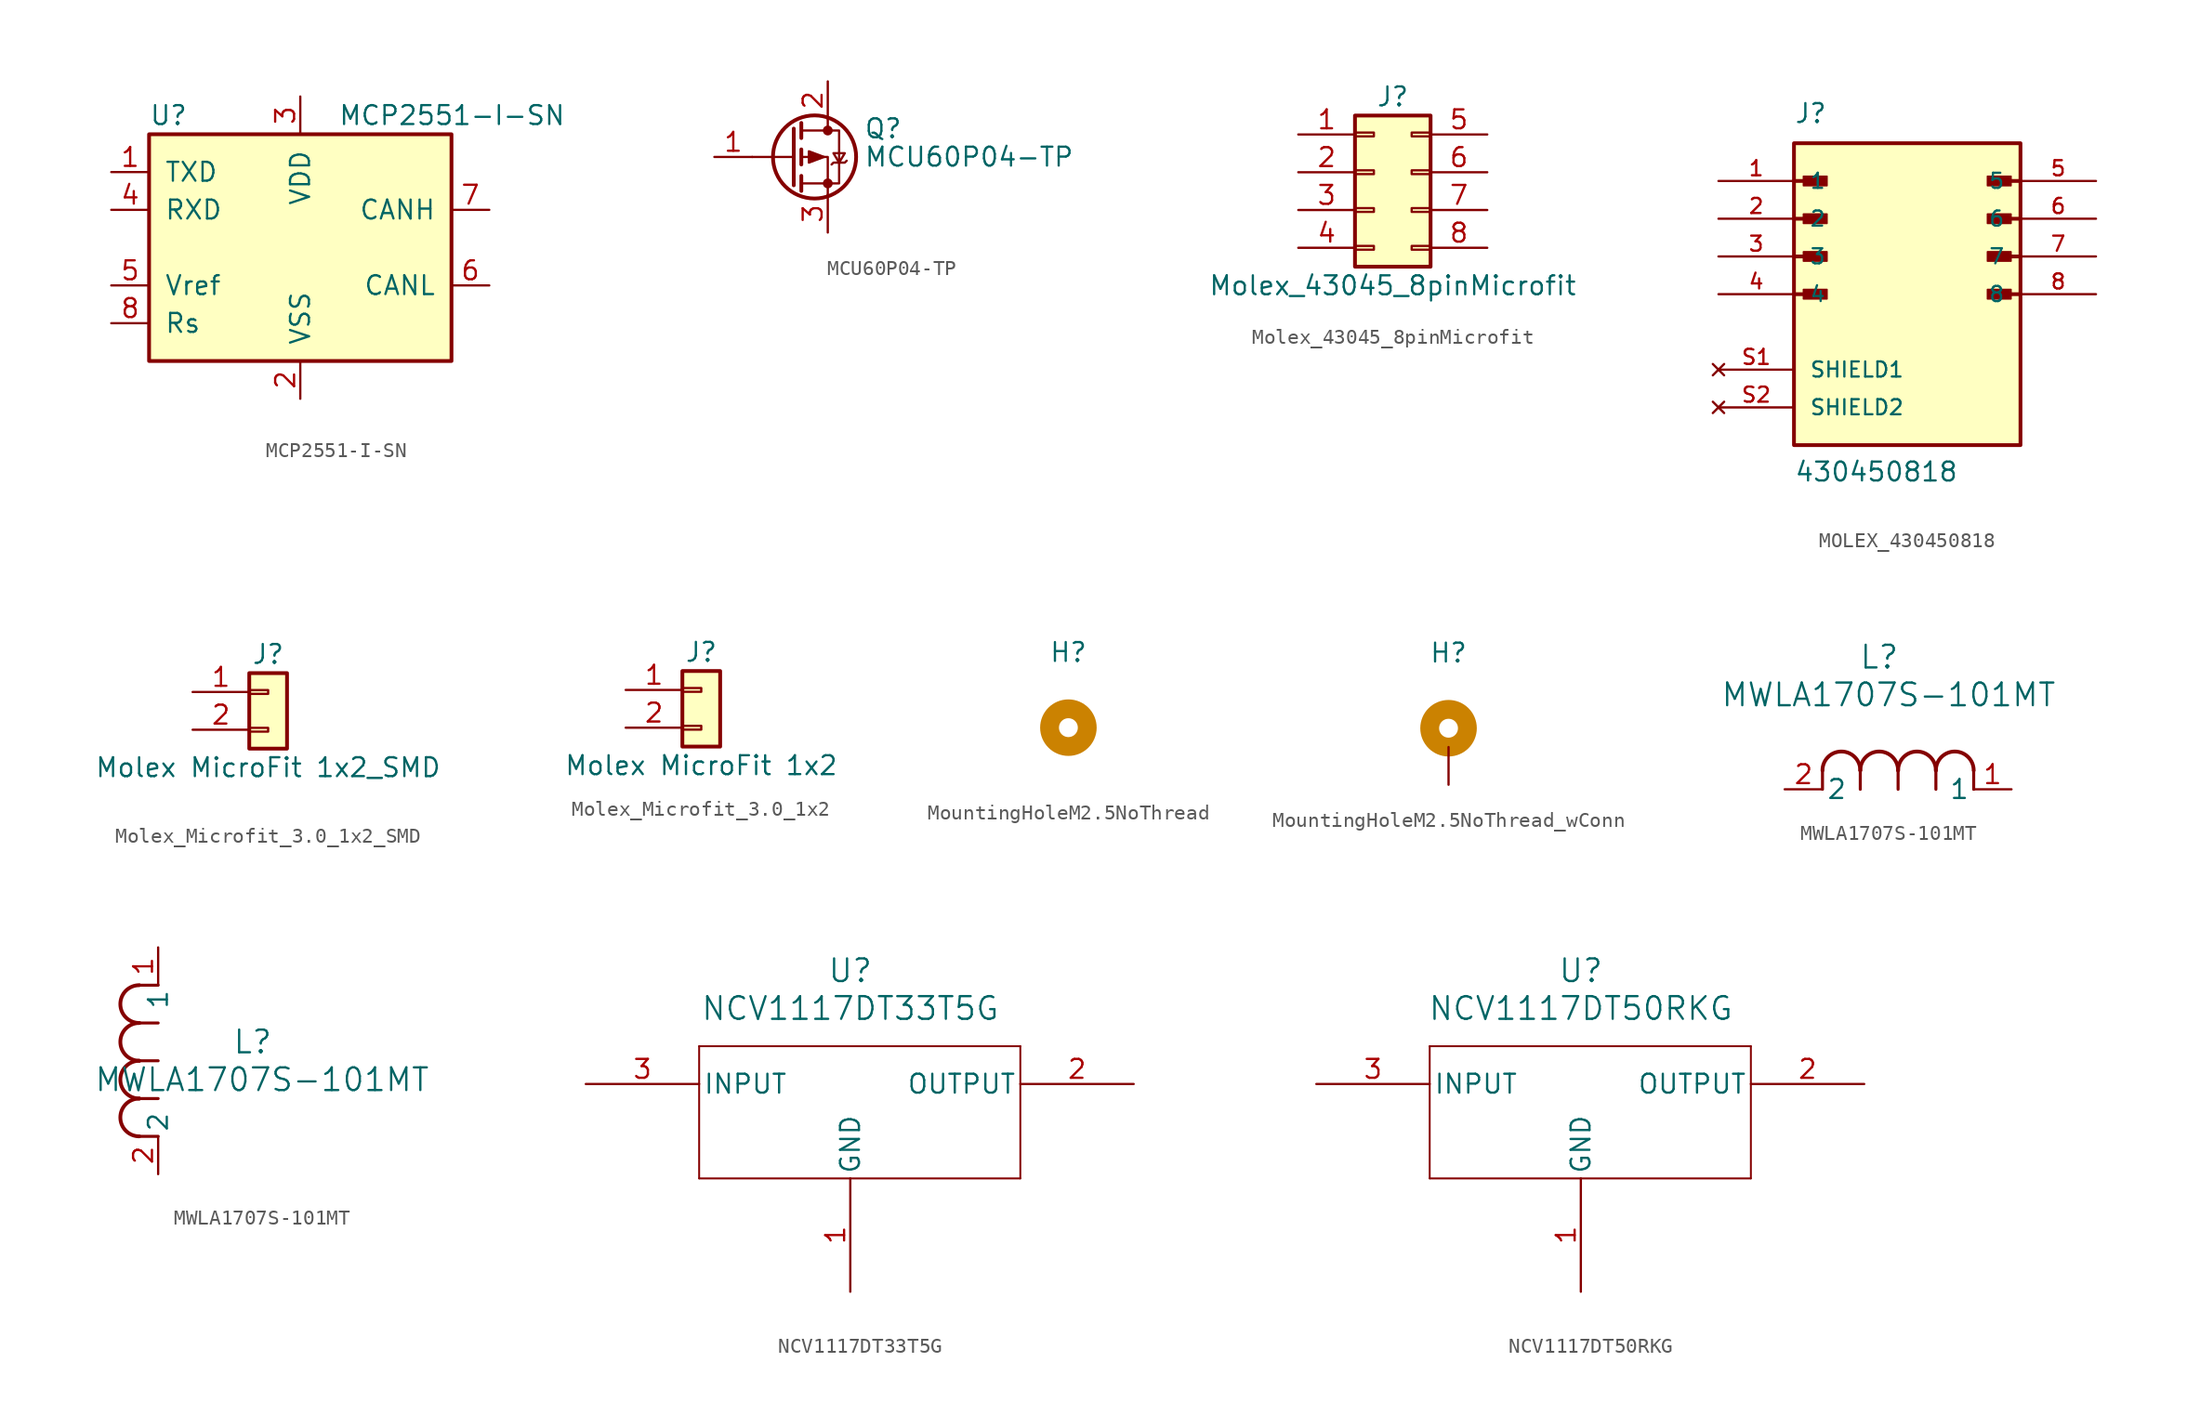
<source format=kicad_sym>
(kicad_symbol_lib
  (version 20241209)
  (generator "kicad_symbol_editor")
  (generator_version "9.0")
  (symbol "MCP2551-I-SN"
    (pin_names
      (offset 1.016))
    (property "Reference" "U"
      (at -10.16 8.89 0)
      (effects (font (size 1.27 1.27)) (justify left)))
    (property "Value" "MCP2551-I-SN"
      (at 2.54 8.89 0)
      (effects (font (size 1.27 1.27)) (justify left)))
    (symbol "MCP2551-I-SN_0_1"
      (rectangle (start -10.16 7.62) (end 10.16 -7.62) (stroke (width 0.254) (type default)) (fill (type background))))
    (symbol "MCP2551-I-SN_1_1"
      (pin input line (at -12.7 5.08 0) (length 2.54) (name "TXD" (effects (font (size 1.27 1.27)))) (number "1" (effects (font (size 1.27 1.27)))))
      (pin output line (at -12.7 2.54 0) (length 2.54) (name "RXD" (effects (font (size 1.27 1.27)))) (number "4" (effects (font (size 1.27 1.27)))))
      (pin power_out line (at -12.7 -2.54 0) (length 2.54) (name "Vref" (effects (font (size 1.27 1.27)))) (number "5" (effects (font (size 1.27 1.27)))))
      (pin input line (at -12.7 -5.08 0) (length 2.54) (name "Rs" (effects (font (size 1.27 1.27)))) (number "8" (effects (font (size 1.27 1.27)))))
      (pin power_in line (at 0 10.16 270) (length 2.54) (name "VDD" (effects (font (size 1.27 1.27)))) (number "3" (effects (font (size 1.27 1.27)))))
      (pin power_in line (at 0 -10.16 90) (length 2.54) (name "VSS" (effects (font (size 1.27 1.27)))) (number "2" (effects (font (size 1.27 1.27)))))
      (pin bidirectional line (at 12.7 2.54 180) (length 2.54) (name "CANH" (effects (font (size 1.27 1.27)))) (number "7" (effects (font (size 1.27 1.27)))))
      (pin bidirectional line (at 12.7 -2.54 180) (length 2.54) (name "CANL" (effects (font (size 1.27 1.27)))) (number "6" (effects (font (size 1.27 1.27)))))))
  (symbol "MCU60P04-TP"
    (pin_names
      (hide yes))
    (property "Reference" "Q"
      (at 4.953 1.905 0)
      (effects (font (size 1.27 1.27)) (justify left)))
    (property "Value" "MCU60P04-TP"
      (at 4.953 0 0)
      (effects (font (size 1.27 1.27)) (justify left)))
    (symbol "MCU60P04-TP_0_1"
      (polyline (pts (xy 0.254 1.905) (xy 0.254 -1.905)) (stroke (width 0.254) (type default)) (fill (type none)))
      (polyline (pts (xy 0.254 0) (xy -2.54 0)) (stroke (width 0) (type default)) (fill (type none)))
      (polyline (pts (xy 0.762 2.286) (xy 0.762 1.27)) (stroke (width 0.254) (type default)) (fill (type none)))
      (polyline (pts (xy 0.762 1.778) (xy 3.302 1.778) (xy 3.302 -1.778) (xy 0.762 -1.778)) (stroke (width 0) (type default)) (fill (type none)))
      (polyline (pts (xy 0.762 0.508) (xy 0.762 -0.508)) (stroke (width 0.254) (type default)) (fill (type none)))
      (polyline (pts (xy 0.762 -1.27) (xy 0.762 -2.286)) (stroke (width 0.254) (type default)) (fill (type none)))
      (circle (center 1.651 0) (radius 2.794) (stroke (width 0.254) (type default)) (fill (type none)))
      (polyline (pts (xy 2.286 0) (xy 1.27 0.381) (xy 1.27 -0.381) (xy 2.286 0)) (stroke (width 0) (type default)) (fill (type outline)))
      (polyline (pts (xy 2.54 2.54) (xy 2.54 1.778)) (stroke (width 0) (type default)) (fill (type none)))
      (circle (center 2.54 1.778) (radius 0.254) (stroke (width 0) (type default)) (fill (type outline)))
      (circle (center 2.54 -1.778) (radius 0.254) (stroke (width 0) (type default)) (fill (type outline)))
      (polyline (pts (xy 2.54 -2.54) (xy 2.54 0) (xy 0.762 0)) (stroke (width 0) (type default)) (fill (type none)))
      (polyline (pts (xy 2.794 -0.508) (xy 2.921 -0.381) (xy 3.683 -0.381) (xy 3.81 -0.254)) (stroke (width 0) (type default)) (fill (type none)))
      (polyline (pts (xy 3.302 -0.381) (xy 2.921 0.254) (xy 3.683 0.254) (xy 3.302 -0.381)) (stroke (width 0) (type default)) (fill (type none))))
    (symbol "MCU60P04-TP_1_1"
      (pin input line (at -5.08 0 0) (length 2.54) (name "G" (effects (font (size 1.27 1.27)))) (number "1" (effects (font (size 1.27 1.27)))))
      (pin passive line (at 2.54 5.08 270) (length 2.54) (name "D" (effects (font (size 1.27 1.27)))) (number "2" (effects (font (size 1.27 1.27)))))
      (pin passive line (at 2.54 -5.08 90) (length 2.54) (name "S" (effects (font (size 1.27 1.27)))) (number "3" (effects (font (size 1.27 1.27)))))))
  (symbol "Molex_43045_8pinMicrofit"
    (pin_names
      (offset 1.016)
      (hide yes))
    (property "Reference" "J"
      (at 1.27 5.08 0)
      (effects (font (size 1.27 1.27))))
    (property "Value" "Molex_43045_8pinMicrofit"
      (at 1.27 -7.62 0)
      (effects (font (size 1.27 1.27))))
    (symbol "Molex_43045_8pinMicrofit_1_1"
      (rectangle (start -1.27 3.81) (end 3.81 -6.35) (stroke (width 0.254) (type default)) (fill (type background)))
      (rectangle (start -1.27 2.667) (end 0 2.413) (stroke (width 0.152) (type default)) (fill (type none)))
      (rectangle (start -1.27 0.127) (end 0 -0.127) (stroke (width 0.152) (type default)) (fill (type none)))
      (rectangle (start -1.27 -2.413) (end 0 -2.667) (stroke (width 0.152) (type default)) (fill (type none)))
      (rectangle (start -1.27 -4.953) (end 0 -5.207) (stroke (width 0.152) (type default)) (fill (type none)))
      (rectangle (start 3.81 2.667) (end 2.54 2.413) (stroke (width 0.152) (type default)) (fill (type none)))
      (rectangle (start 3.81 0.127) (end 2.54 -0.127) (stroke (width 0.152) (type default)) (fill (type none)))
      (rectangle (start 3.81 -2.413) (end 2.54 -2.667) (stroke (width 0.152) (type default)) (fill (type none)))
      (rectangle (start 3.81 -4.953) (end 2.54 -5.207) (stroke (width 0.152) (type default)) (fill (type none)))
      (pin passive line (at -5.08 2.54 0) (length 3.81) (name "Pin_1" (effects (font (size 1.27 1.27)))) (number "1" (effects (font (size 1.27 1.27)))))
      (pin passive line (at -5.08 0 0) (length 3.81) (name "Pin_2" (effects (font (size 1.27 1.27)))) (number "2" (effects (font (size 1.27 1.27)))))
      (pin passive line (at -5.08 -2.54 0) (length 3.81) (name "Pin_3" (effects (font (size 1.27 1.27)))) (number "3" (effects (font (size 1.27 1.27)))))
      (pin passive line (at -5.08 -5.08 0) (length 3.81) (name "Pin_4" (effects (font (size 1.27 1.27)))) (number "4" (effects (font (size 1.27 1.27)))))
      (pin passive line (at 7.62 2.54 180) (length 3.81) (name "Pin_5" (effects (font (size 1.27 1.27)))) (number "5" (effects (font (size 1.27 1.27)))))
      (pin passive line (at 7.62 0 180) (length 3.81) (name "Pin_6" (effects (font (size 1.27 1.27)))) (number "6" (effects (font (size 1.27 1.27)))))
      (pin passive line (at 7.62 -2.54 180) (length 3.81) (name "Pin_7" (effects (font (size 1.27 1.27)))) (number "7" (effects (font (size 1.27 1.27)))))
      (pin passive line (at 7.62 -5.08 180) (length 3.81) (name "Pin_8" (effects (font (size 1.27 1.27)))) (number "8" (effects (font (size 1.27 1.27)))))))
  (symbol "MOLEX_430450818"
    (pin_names
      (offset 1.016))
    (property "Reference" "J"
      (at -7.62 11.43 0)
      (effects (font (size 1.27 1.27)) (justify left bottom)))
    (property "Value" "430450818"
      (at -7.62 -12.7 0)
      (effects (font (size 1.27 1.27)) (justify left bottom)))
    (symbol "MOLEX_430450818_0_0"
      (polyline (pts (xy -7.62 7.62) (xy -5.715 7.62)) (stroke (width 0.254) (type default)) (fill (type none)))
      (polyline (pts (xy -7.62 5.08) (xy -5.715 5.08)) (stroke (width 0.254) (type default)) (fill (type none)))
      (polyline (pts (xy -7.62 2.54) (xy -5.715 2.54)) (stroke (width 0.254) (type default)) (fill (type none)))
      (polyline (pts (xy -7.62 0) (xy -5.715 0)) (stroke (width 0.254) (type default)) (fill (type none)))
      (rectangle (start -7.62 -10.16) (end 7.62 10.16) (stroke (width 0.254) (type default)) (fill (type background)))
      (rectangle (start -6.985 7.303) (end -5.397 7.938) (stroke (width 0.1) (type default)) (fill (type outline)))
      (rectangle (start -6.985 4.763) (end -5.397 5.397) (stroke (width 0.1) (type default)) (fill (type outline)))
      (rectangle (start -6.985 2.223) (end -5.397 2.857) (stroke (width 0.1) (type default)) (fill (type outline)))
      (rectangle (start -6.985 -0.318) (end -5.397 0.318) (stroke (width 0.1) (type default)) (fill (type outline)))
      (rectangle (start 5.397 7.303) (end 6.985 7.938) (stroke (width 0.1) (type default)) (fill (type outline)))
      (rectangle (start 5.397 4.763) (end 6.985 5.397) (stroke (width 0.1) (type default)) (fill (type outline)))
      (rectangle (start 5.397 2.223) (end 6.985 2.857) (stroke (width 0.1) (type default)) (fill (type outline)))
      (rectangle (start 5.397 -0.318) (end 6.985 0.318) (stroke (width 0.1) (type default)) (fill (type outline)))
      (polyline (pts (xy 7.62 7.62) (xy 5.715 7.62)) (stroke (width 0.254) (type default)) (fill (type none)))
      (polyline (pts (xy 7.62 5.08) (xy 5.715 5.08)) (stroke (width 0.254) (type default)) (fill (type none)))
      (polyline (pts (xy 7.62 2.54) (xy 5.715 2.54)) (stroke (width 0.254) (type default)) (fill (type none)))
      (polyline (pts (xy 7.62 0) (xy 5.715 0)) (stroke (width 0.254) (type default)) (fill (type none)))
      (pin passive line (at -12.7 7.62 0) (length 5.08) (name "1" (effects (font (size 1.016 1.016)))) (number "1" (effects (font (size 1.016 1.016)))))
      (pin passive line (at -12.7 5.08 0) (length 5.08) (name "2" (effects (font (size 1.016 1.016)))) (number "2" (effects (font (size 1.016 1.016)))))
      (pin passive line (at -12.7 2.54 0) (length 5.08) (name "3" (effects (font (size 1.016 1.016)))) (number "3" (effects (font (size 1.016 1.016)))))
      (pin passive line (at -12.7 0 0) (length 5.08) (name "4" (effects (font (size 1.016 1.016)))) (number "4" (effects (font (size 1.016 1.016)))))
      (pin passive line (at 12.7 7.62 180) (length 5.08) (name "5" (effects (font (size 1.016 1.016)))) (number "5" (effects (font (size 1.016 1.016)))))
      (pin passive line (at 12.7 5.08 180) (length 5.08) (name "6" (effects (font (size 1.016 1.016)))) (number "6" (effects (font (size 1.016 1.016)))))
      (pin passive line (at 12.7 2.54 180) (length 5.08) (name "7" (effects (font (size 1.016 1.016)))) (number "7" (effects (font (size 1.016 1.016)))))
      (pin passive line (at 12.7 0 180) (length 5.08) (name "8" (effects (font (size 1.016 1.016)))) (number "8" (effects (font (size 1.016 1.016))))))
    (symbol "MOLEX_430450818_1_0"
      (pin no_connect line (at -12.7 -5.08 0) (length 5.08) (name "SHIELD1" (effects (font (size 1.016 1.016)))) (number "S1" (effects (font (size 1.016 1.016)))))
      (pin no_connect line (at -12.7 -7.62 0) (length 5.08) (name "SHIELD2" (effects (font (size 1.016 1.016)))) (number "S2" (effects (font (size 1.016 1.016)))))))
  (symbol "Molex_Microfit_3.0_1x2_SMD"
    (pin_names
      (offset 1.016)
      (hide yes))
    (property "Reference" "J"
      (at 0 2.54 0)
      (effects (font (size 1.27 1.27))))
    (property "Value" "Molex MicroFit 1x2_SMD"
      (at 0 -5.08 0)
      (effects (font (size 1.27 1.27))))
    (symbol "Molex_Microfit_3.0_1x2_SMD_1_1"
      (rectangle (start -1.27 1.27) (end 1.27 -3.81) (stroke (width 0.254) (type default)) (fill (type background)))
      (rectangle (start -1.27 0.127) (end 0 -0.127) (stroke (width 0.152) (type default)) (fill (type none)))
      (rectangle (start -1.27 -2.413) (end 0 -2.667) (stroke (width 0.152) (type default)) (fill (type none)))
      (pin passive line (at -5.08 0 0) (length 3.81) (name "Pin_1" (effects (font (size 1.27 1.27)))) (number "1" (effects (font (size 1.27 1.27)))))
      (pin passive line (at -5.08 -2.54 0) (length 3.81) (name "Pin_2" (effects (font (size 1.27 1.27)))) (number "2" (effects (font (size 1.27 1.27)))))
      (pin no_connect line (at 0 -7.62 90) (length 3.81) (hide yes) (name "MP1" (effects (font (size 1.27 1.27)))) (number "MP1" (effects (font (size 1.27 1.27)))))
      (pin no_connect line (at 2.54 -7.62 90) (length 3.81) (hide yes) (name "MP2" (effects (font (size 1.27 1.27)))) (number "MP2" (effects (font (size 1.27 1.27)))))))
  (symbol "Molex_Microfit_3.0_1x2"
    (pin_names
      (offset 1.016)
      (hide yes))
    (property "Reference" "J"
      (at 0 2.54 0)
      (effects (font (size 1.27 1.27))))
    (property "Value" "Molex MicroFit 1x2"
      (at 0 -5.08 0)
      (effects (font (size 1.27 1.27))))
    (symbol "Molex_Microfit_3.0_1x2_1_1"
      (rectangle (start -1.27 1.27) (end 1.27 -3.81) (stroke (width 0.254) (type default)) (fill (type background)))
      (rectangle (start -1.27 0.127) (end 0 -0.127) (stroke (width 0.152) (type default)) (fill (type none)))
      (rectangle (start -1.27 -2.413) (end 0 -2.667) (stroke (width 0.152) (type default)) (fill (type none)))
      (pin passive line (at -5.08 0 0) (length 3.81) (name "Pin_1" (effects (font (size 1.27 1.27)))) (number "1" (effects (font (size 1.27 1.27)))))
      (pin passive line (at -5.08 -2.54 0) (length 3.81) (name "Pin_2" (effects (font (size 1.27 1.27)))) (number "2" (effects (font (size 1.27 1.27)))))))
  (symbol "MountingHoleM2.5NoThread"
    (pin_numbers
      (hide yes))
    (pin_names
      (offset 1.016)
      (hide yes))
    (property "Reference" "H"
      (at 0 6.35 0)
      (effects (font (size 1.27 1.27))))
    (symbol "MountingHoleM2.5NoThread_1_1"
      (circle (center 0 1.27) (radius 1.27) (stroke (width 1.27) (type solid) (color 203 130 1 1)) (fill (type none)))
      (pin no_connect line (at 0 -2.54 90) (length 2.54) (hide yes) (name "1" (effects (font (size 1.27 1.27)))) (number "1" (effects (font (size 1.27 1.27)))))))
  (symbol "MountingHoleM2.5NoThread_wConn"
    (pin_numbers
      (hide yes))
    (pin_names
      (offset 1.016)
      (hide yes))
    (property "Reference" "H"
      (at 0 6.35 0)
      (effects (font (size 1.27 1.27))))
    (symbol "MountingHoleM2.5NoThread_wConn_1_1"
      (circle (center 0 1.27) (radius 1.27) (stroke (width 1.27) (type solid) (color 203 130 1 1)) (fill (type none)))
      (pin passive line (at 0 -2.54 90) (length 2.54) (name "1" (effects (font (size 1.27 1.27)))) (number "1" (effects (font (size 1.27 1.27)))))))
  (symbol "MWLA1707S-101MT"
    (pin_names
      (offset 0.254))
    (property "Reference" "L"
      (at 6.35 8.89 0)
      (effects (font (size 1.524 1.524))))
    (property "Value" "MWLA1707S-101MT"
      (at 6.985 6.35 0)
      (effects (font (size 1.524 1.524))))
    (symbol "MWLA1707S-101MT_1_1"
      (polyline (pts (xy 2.54 0) (xy 2.54 1.27)) (stroke (width 0.203) (type default)) (fill (type none)))
      (arc (start 2.54 1.27) (mid 3.81 2.5345) (end 5.08 1.27) (stroke (width 0.254) (type default)) (fill (type none)))
      (polyline (pts (xy 5.08 0) (xy 5.08 1.27)) (stroke (width 0.203) (type default)) (fill (type none)))
      (arc (start 5.08 1.27) (mid 6.35 2.5345) (end 7.62 1.27) (stroke (width 0.254) (type default)) (fill (type none)))
      (polyline (pts (xy 7.62 0) (xy 7.62 1.27)) (stroke (width 0.203) (type default)) (fill (type none)))
      (arc (start 7.62 1.27) (mid 8.89 2.5345) (end 10.16 1.27) (stroke (width 0.254) (type default)) (fill (type none)))
      (polyline (pts (xy 10.16 0) (xy 10.16 1.27)) (stroke (width 0.203) (type default)) (fill (type none)))
      (arc (start 10.16 1.27) (mid 11.43 2.5345) (end 12.7 1.27) (stroke (width 0.254) (type default)) (fill (type none)))
      (polyline (pts (xy 12.7 0) (xy 12.7 1.27)) (stroke (width 0.203) (type default)) (fill (type none)))
      (pin unspecified line (at 0 0 0) (length 2.54) (name "2" (effects (font (size 1.27 1.27)))) (number "2" (effects (font (size 1.27 1.27)))))
      (pin unspecified line (at 15.24 0 180) (length 2.54) (name "1" (effects (font (size 1.27 1.27)))) (number "1" (effects (font (size 1.27 1.27))))))
    (symbol "MWLA1707S-101MT_1_2"
      (arc (start -1.27 10.16) (mid -2.5345 11.43) (end -1.27 12.7) (stroke (width 0.254) (type default)) (fill (type none)))
      (arc (start -1.27 7.62) (mid -2.5345 8.89) (end -1.27 10.16) (stroke (width 0.254) (type default)) (fill (type none)))
      (arc (start -1.27 5.08) (mid -2.5345 6.35) (end -1.27 7.62) (stroke (width 0.254) (type default)) (fill (type none)))
      (arc (start -1.27 2.54) (mid -2.5345 3.81) (end -1.27 5.08) (stroke (width 0.254) (type default)) (fill (type none)))
      (polyline (pts (xy 0 12.7) (xy -1.27 12.7)) (stroke (width 0.203) (type default)) (fill (type none)))
      (polyline (pts (xy 0 10.16) (xy -1.27 10.16)) (stroke (width 0.203) (type default)) (fill (type none)))
      (polyline (pts (xy 0 7.62) (xy -1.27 7.62)) (stroke (width 0.203) (type default)) (fill (type none)))
      (polyline (pts (xy 0 5.08) (xy -1.27 5.08)) (stroke (width 0.203) (type default)) (fill (type none)))
      (polyline (pts (xy 0 2.54) (xy -1.27 2.54)) (stroke (width 0.203) (type default)) (fill (type none)))
      (pin unspecified line (at 0 15.24 270) (length 2.54) (name "1" (effects (font (size 1.27 1.27)))) (number "1" (effects (font (size 1.27 1.27)))))
      (pin unspecified line (at 0 0 90) (length 2.54) (name "2" (effects (font (size 1.27 1.27)))) (number "2" (effects (font (size 1.27 1.27)))))))
  (symbol "NCV1117DT33T5G"
    (pin_names
      (offset 0.254))
    (property "Reference" "U"
      (at 0 7.62 0)
      (effects (font (size 1.524 1.524))))
    (property "Value" "NCV1117DT33T5G"
      (at 0 5.08 0)
      (effects (font (size 1.524 1.524))))
    (symbol "NCV1117DT33T5G_0_1"
      (polyline (pts (xy -10.16 2.54) (xy -10.16 -6.35)) (stroke (width 0.127) (type default)) (fill (type none)))
      (polyline (pts (xy -10.16 -6.35) (xy 11.43 -6.35)) (stroke (width 0.127) (type default)) (fill (type none)))
      (polyline (pts (xy 11.43 2.54) (xy -10.16 2.54)) (stroke (width 0.127) (type default)) (fill (type none)))
      (polyline (pts (xy 11.43 -6.35) (xy 11.43 2.54)) (stroke (width 0.127) (type default)) (fill (type none)))
      (pin input line (at -17.78 0 0) (length 7.62) (name "INPUT" (effects (font (size 1.27 1.27)))) (number "3" (effects (font (size 1.27 1.27)))))
      (pin output line (at 19.05 0 180) (length 7.62) (name "OUTPUT" (effects (font (size 1.27 1.27)))) (number "2" (effects (font (size 1.27 1.27))))))
    (symbol "NCV1117DT33T5G_1_1"
      (pin bidirectional line (at 0 -13.97 90) (length 7.62) (name "GND" (effects (font (size 1.27 1.27)))) (number "1" (effects (font (size 1.27 1.27)))))))
  (symbol "NCV1117DT50RKG"
    (pin_names
      (offset 0.254))
    (property "Reference" "U"
      (at 0 7.62 0)
      (effects (font (size 1.524 1.524))))
    (property "Value" "NCV1117DT50RKG"
      (at 0 5.08 0)
      (effects (font (size 1.524 1.524))))
    (symbol "NCV1117DT50RKG_0_1"
      (polyline (pts (xy -10.16 2.54) (xy -10.16 -6.35)) (stroke (width 0.127) (type default)) (fill (type none)))
      (polyline (pts (xy -10.16 -6.35) (xy 11.43 -6.35)) (stroke (width 0.127) (type default)) (fill (type none)))
      (polyline (pts (xy 11.43 2.54) (xy -10.16 2.54)) (stroke (width 0.127) (type default)) (fill (type none)))
      (polyline (pts (xy 11.43 -6.35) (xy 11.43 2.54)) (stroke (width 0.127) (type default)) (fill (type none)))
      (pin input line (at -17.78 0 0) (length 7.62) (name "INPUT" (effects (font (size 1.27 1.27)))) (number "3" (effects (font (size 1.27 1.27)))))
      (pin output line (at 19.05 0 180) (length 7.62) (name "OUTPUT" (effects (font (size 1.27 1.27)))) (number "2" (effects (font (size 1.27 1.27))))))
    (symbol "NCV1117DT50RKG_1_1"
      (pin bidirectional line (at 0 -13.97 90) (length 7.62) (name "GND" (effects (font (size 1.27 1.27)))) (number "1" (effects (font (size 1.27 1.27))))))))
</source>
